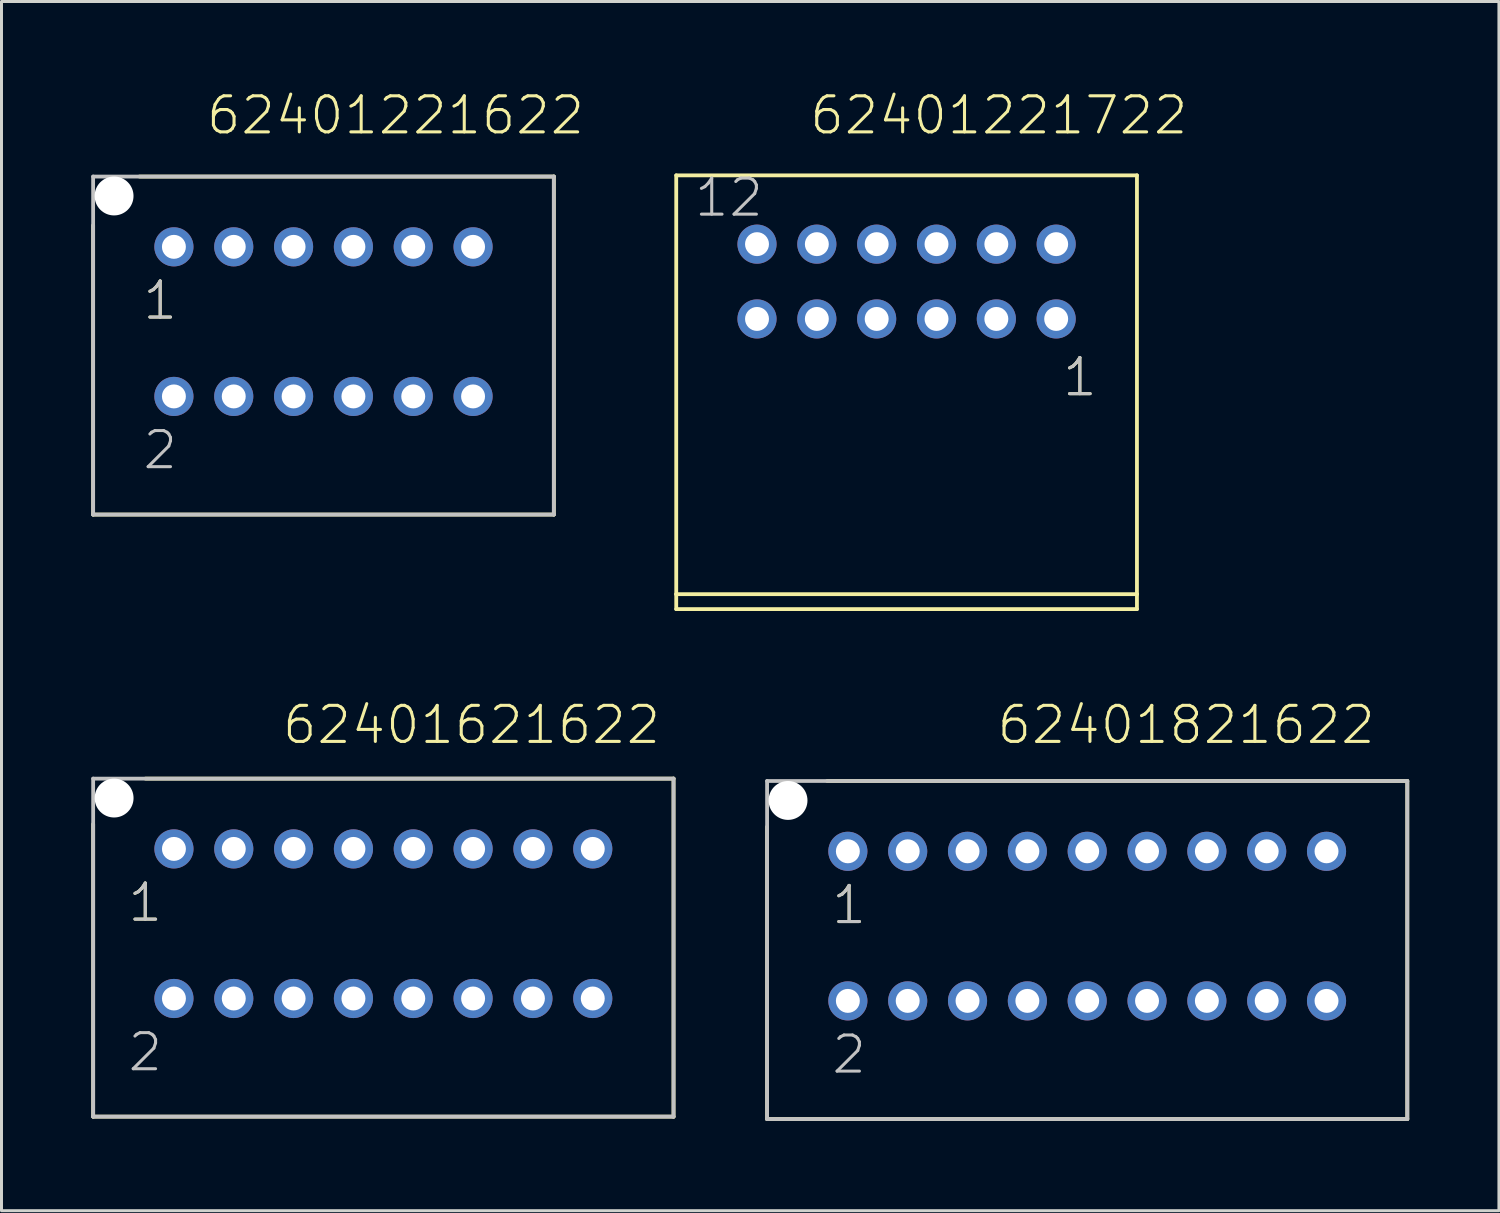
<source format=kicad_pcb>
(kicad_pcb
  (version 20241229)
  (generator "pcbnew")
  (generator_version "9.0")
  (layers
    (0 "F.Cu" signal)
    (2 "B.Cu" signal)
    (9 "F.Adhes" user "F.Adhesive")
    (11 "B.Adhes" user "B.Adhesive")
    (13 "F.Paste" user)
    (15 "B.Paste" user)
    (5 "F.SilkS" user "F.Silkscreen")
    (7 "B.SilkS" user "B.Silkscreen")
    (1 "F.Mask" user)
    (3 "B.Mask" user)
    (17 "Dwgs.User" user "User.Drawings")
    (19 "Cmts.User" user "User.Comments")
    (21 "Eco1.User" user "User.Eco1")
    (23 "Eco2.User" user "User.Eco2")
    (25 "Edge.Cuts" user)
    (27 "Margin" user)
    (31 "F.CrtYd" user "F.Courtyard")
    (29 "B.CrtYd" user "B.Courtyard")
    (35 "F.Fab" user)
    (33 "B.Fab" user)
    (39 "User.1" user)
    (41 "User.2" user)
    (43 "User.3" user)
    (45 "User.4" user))
  (footprint "62401621622"
    (layer "F.Cu")
    (at 9.764 27.826)
    (property "Reference" "62401621622" (at -3.436 -5.94 0) (layer "F.SilkS") (effects (font (size 1.206 1.206) (thickness 0.102)) (justify left bottom)))
    (attr through_hole)
    (fp_line (start -9.7 6.45) (end -9.7 -3.33) (stroke (width 0.127) (type solid)) (layer "F.SilkS"))
    (fp_line (start -7.95 -4.85) (end 9.7 -4.85) (stroke (width 0.127) (type solid)) (layer "F.SilkS"))
    (fp_line (start 9.7 -4.85) (end 9.7 6.45) (stroke (width 0.127) (type solid)) (layer "F.SilkS"))
    (fp_line (start 9.7 6.45) (end -9.7 6.45) (stroke (width 0.127) (type solid)) (layer "F.SilkS"))
    (fp_line (start -9.7 -4.85) (end 9.7 -4.85) (stroke (width 0.127) (type solid)) (layer "Dwgs.User"))
    (fp_line (start -9.7 6.45) (end -9.7 -4.85) (stroke (width 0.127) (type solid)) (layer "Dwgs.User"))
    (fp_line (start 9.7 -4.85) (end 9.7 6.45) (stroke (width 0.127) (type solid)) (layer "Dwgs.User"))
    (fp_line (start 9.7 6.45) (end -9.7 6.45) (stroke (width 0.127) (type solid)) (layer "Dwgs.User"))
    (fp_text user "1" (at -8.6 0 0) (layer "F.SilkS") (effects (font (size 1.206 1.206) (thickness 0.102)) (justify left bottom)))
    (fp_text user "2" (at -8.6 5 0) (layer "Dwgs.User") (effects (font (size 1.206 1.206) (thickness 0.102)) (justify left bottom)))
    (fp_text user "1" (at -8.6 0 0) (layer "Dwgs.User") (effects (font (size 1.206 1.206) (thickness 0.102)) (justify left bottom)))
    (pad "" np_thru_hole circle (at -9 -4.2) (size 1.3 1.3) (drill 1.3) (layers "*.Cu"))
    (pad "1" thru_hole circle (at -7 -2.5) (size 1.308 1.308) (drill 0.8) (layers "*.Cu" "*.Mask"))
    (pad "2" thru_hole circle (at -7 2.5) (size 1.308 1.308) (drill 0.8) (layers "*.Cu" "*.Mask"))
    (pad "3" thru_hole circle (at -5 -2.5) (size 1.308 1.308) (drill 0.8) (layers "*.Cu" "*.Mask"))
    (pad "4" thru_hole circle (at -5 2.5) (size 1.308 1.308) (drill 0.8) (layers "*.Cu" "*.Mask"))
    (pad "5" thru_hole circle (at -3 -2.5) (size 1.308 1.308) (drill 0.8) (layers "*.Cu" "*.Mask"))
    (pad "6" thru_hole circle (at -3 2.5) (size 1.308 1.308) (drill 0.8) (layers "*.Cu" "*.Mask"))
    (pad "7" thru_hole circle (at -1 -2.5) (size 1.308 1.308) (drill 0.8) (layers "*.Cu" "*.Mask"))
    (pad "8" thru_hole circle (at -1 2.5) (size 1.308 1.308) (drill 0.8) (layers "*.Cu" "*.Mask"))
    (pad "9" thru_hole circle (at 1 -2.5) (size 1.308 1.308) (drill 0.8) (layers "*.Cu" "*.Mask"))
    (pad "10" thru_hole circle (at 1 2.5) (size 1.308 1.308) (drill 0.8) (layers "*.Cu" "*.Mask"))
    (pad "11" thru_hole circle (at 3 -2.5) (size 1.308 1.308) (drill 0.8) (layers "*.Cu" "*.Mask"))
    (pad "12" thru_hole circle (at 3 2.5) (size 1.308 1.308) (drill 0.8) (layers "*.Cu" "*.Mask"))
    (pad "13" thru_hole circle (at 5 -2.5) (size 1.308 1.308) (drill 0.8) (layers "*.Cu" "*.Mask"))
    (pad "14" thru_hole circle (at 5 2.5) (size 1.308 1.308) (drill 0.8) (layers "*.Cu" "*.Mask"))
    (pad "15" thru_hole circle (at 7 -2.5) (size 1.308 1.308) (drill 0.8) (layers "*.Cu" "*.Mask"))
    (pad "16" thru_hole circle (at 7 2.5) (size 1.308 1.308) (drill 0.8) (layers "*.Cu" "*.Mask")))
  (footprint "62401821622"
    (layer "F.Cu")
    (at 33.291 27.906)
    (property "Reference" "62401821622" (at -3.076 -6.02 0) (layer "F.SilkS") (effects (font (size 1.206 1.206) (thickness 0.102)) (justify left bottom)))
    (attr through_hole)
    (fp_line (start -10.7 6.45) (end -10.7 -3.32) (stroke (width 0.127) (type solid)) (layer "F.SilkS"))
    (fp_line (start -8.69 -4.85) (end 10.7 -4.85) (stroke (width 0.127) (type solid)) (layer "F.SilkS"))
    (fp_line (start 10.7 -4.85) (end 10.7 6.45) (stroke (width 0.127) (type solid)) (layer "F.SilkS"))
    (fp_line (start 10.7 6.45) (end -10.7 6.45) (stroke (width 0.127) (type solid)) (layer "F.SilkS"))
    (fp_line (start -10.7 -4.85) (end 10.7 -4.85) (stroke (width 0.127) (type solid)) (layer "Dwgs.User"))
    (fp_line (start -10.7 6.45) (end -10.7 -4.85) (stroke (width 0.127) (type solid)) (layer "Dwgs.User"))
    (fp_line (start 10.7 -4.85) (end 10.7 6.45) (stroke (width 0.127) (type solid)) (layer "Dwgs.User"))
    (fp_line (start 10.7 6.45) (end -10.7 6.45) (stroke (width 0.127) (type solid)) (layer "Dwgs.User"))
    (fp_text user "1" (at -8.6 0 0) (layer "F.SilkS") (effects (font (size 1.206 1.206) (thickness 0.102)) (justify left bottom)))
    (fp_text user "2" (at -8.6 5 0) (layer "Dwgs.User") (effects (font (size 1.206 1.206) (thickness 0.102)) (justify left bottom)))
    (fp_text user "1" (at -8.6 0 0) (layer "Dwgs.User") (effects (font (size 1.206 1.206) (thickness 0.102)) (justify left bottom)))
    (pad "" np_thru_hole circle (at -10 -4.2) (size 1.3 1.3) (drill 1.3) (layers "*.Cu"))
    (pad "1" thru_hole circle (at -8 -2.5) (size 1.308 1.308) (drill 0.8) (layers "*.Cu" "*.Mask"))
    (pad "2" thru_hole circle (at -8 2.5) (size 1.308 1.308) (drill 0.8) (layers "*.Cu" "*.Mask"))
    (pad "3" thru_hole circle (at -6 -2.5) (size 1.308 1.308) (drill 0.8) (layers "*.Cu" "*.Mask"))
    (pad "4" thru_hole circle (at -6 2.5) (size 1.308 1.308) (drill 0.8) (layers "*.Cu" "*.Mask"))
    (pad "5" thru_hole circle (at -4 -2.5) (size 1.308 1.308) (drill 0.8) (layers "*.Cu" "*.Mask"))
    (pad "6" thru_hole circle (at -4 2.5) (size 1.308 1.308) (drill 0.8) (layers "*.Cu" "*.Mask"))
    (pad "7" thru_hole circle (at -2 -2.5) (size 1.308 1.308) (drill 0.8) (layers "*.Cu" "*.Mask"))
    (pad "8" thru_hole circle (at -2 2.5) (size 1.308 1.308) (drill 0.8) (layers "*.Cu" "*.Mask"))
    (pad "9" thru_hole circle (at 0 -2.5) (size 1.308 1.308) (drill 0.8) (layers "*.Cu" "*.Mask"))
    (pad "10" thru_hole circle (at 0 2.5) (size 1.308 1.308) (drill 0.8) (layers "*.Cu" "*.Mask"))
    (pad "11" thru_hole circle (at 2 -2.5) (size 1.308 1.308) (drill 0.8) (layers "*.Cu" "*.Mask"))
    (pad "12" thru_hole circle (at 2 2.5) (size 1.308 1.308) (drill 0.8) (layers "*.Cu" "*.Mask"))
    (pad "13" thru_hole circle (at 4 -2.5) (size 1.308 1.308) (drill 0.8) (layers "*.Cu" "*.Mask"))
    (pad "14" thru_hole circle (at 4 2.5) (size 1.308 1.308) (drill 0.8) (layers "*.Cu" "*.Mask"))
    (pad "15" thru_hole circle (at 6 -2.5) (size 1.308 1.308) (drill 0.8) (layers "*.Cu" "*.Mask"))
    (pad "16" thru_hole circle (at 6 2.5) (size 1.308 1.308) (drill 0.8) (layers "*.Cu" "*.Mask"))
    (pad "17" thru_hole circle (at 8 -2.5) (size 1.308 1.308) (drill 0.8) (layers "*.Cu" "*.Mask"))
    (pad "18" thru_hole circle (at 8 2.5) (size 1.308 1.308) (drill 0.8) (layers "*.Cu" "*.Mask")))
  (footprint "62401221722"
    (layer "F.Cu")
    (at 27.254 6.361)
    (property "Reference" "62401221722" (at -3.3 -4.85 0) (layer "F.SilkS") (effects (font (size 1.206 1.206) (thickness 0.102)) (justify left bottom)))
    (attr through_hole)
    (fp_line (start -7.7 -3.55) (end -7.7 10.45) (stroke (width 0.127) (type solid)) (layer "F.SilkS"))
    (fp_line (start -7.7 10.45) (end -7.7 10.95) (stroke (width 0.127) (type solid)) (layer "F.SilkS"))
    (fp_line (start -7.7 10.45) (end 7.7 10.45) (stroke (width 0.127) (type solid)) (layer "F.SilkS"))
    (fp_line (start -7.7 10.95) (end 7.7 10.95) (stroke (width 0.127) (type solid)) (layer "F.SilkS"))
    (fp_line (start 7.7 -3.55) (end -7.7 -3.55) (stroke (width 0.127) (type solid)) (layer "F.SilkS"))
    (fp_line (start 7.7 10.45) (end 7.7 -3.55) (stroke (width 0.127) (type solid)) (layer "F.SilkS"))
    (fp_line (start 7.7 10.95) (end 7.7 10.45) (stroke (width 0.127) (type solid)) (layer "F.SilkS"))
    (fp_text user "1" (at 5.15 3.9 0) (layer "F.SilkS") (effects (font (size 1.206 1.206) (thickness 0.102)) (justify left bottom)))
    (fp_text user "12" (at -7.155 -2.1 0) (layer "Dwgs.User") (effects (font (size 1.206 1.206) (thickness 0.102)) (justify left bottom)))
    (fp_text user "1" (at 5.15 3.9 0) (layer "Dwgs.User") (effects (font (size 1.206 1.206) (thickness 0.102)) (justify left bottom)))
    (pad "1" thru_hole circle (at 5 1.25 180) (size 1.308 1.308) (drill 0.8) (layers "*.Cu" "*.Mask"))
    (pad "2" thru_hole circle (at 5 -1.25 180) (size 1.308 1.308) (drill 0.8) (layers "*.Cu" "*.Mask"))
    (pad "3" thru_hole circle (at 3 1.25 180) (size 1.308 1.308) (drill 0.8) (layers "*.Cu" "*.Mask"))
    (pad "4" thru_hole circle (at 3 -1.25 180) (size 1.308 1.308) (drill 0.8) (layers "*.Cu" "*.Mask"))
    (pad "5" thru_hole circle (at 1 1.25 180) (size 1.308 1.308) (drill 0.8) (layers "*.Cu" "*.Mask"))
    (pad "6" thru_hole circle (at 1 -1.25 180) (size 1.308 1.308) (drill 0.8) (layers "*.Cu" "*.Mask"))
    (pad "7" thru_hole circle (at -1 1.25 180) (size 1.308 1.308) (drill 0.8) (layers "*.Cu" "*.Mask"))
    (pad "8" thru_hole circle (at -1 -1.25 180) (size 1.308 1.308) (drill 0.8) (layers "*.Cu" "*.Mask"))
    (pad "9" thru_hole circle (at -3 1.25 180) (size 1.308 1.308) (drill 0.8) (layers "*.Cu" "*.Mask"))
    (pad "10" thru_hole circle (at -3 -1.25 180) (size 1.308 1.308) (drill 0.8) (layers "*.Cu" "*.Mask"))
    (pad "11" thru_hole circle (at -5 1.25 180) (size 1.308 1.308) (drill 0.8) (layers "*.Cu" "*.Mask"))
    (pad "12" thru_hole circle (at -5 -1.25 180) (size 1.308 1.308) (drill 0.8) (layers "*.Cu" "*.Mask")))
  (footprint "62401221622"
    (layer "F.Cu")
    (at 7.763 7.701)
    (property "Reference" "62401221622" (at -3.976 -6.19 0) (layer "F.SilkS") (effects (font (size 1.206 1.206) (thickness 0.102)) (justify left bottom)))
    (attr through_hole)
    (fp_line (start -7.7 6.45) (end -7.7 -3.22) (stroke (width 0.127) (type solid)) (layer "F.SilkS"))
    (fp_line (start -6.15 -4.85) (end 7.7 -4.85) (stroke (width 0.127) (type solid)) (layer "F.SilkS"))
    (fp_line (start 7.7 -4.85) (end 7.7 6.45) (stroke (width 0.127) (type solid)) (layer "F.SilkS"))
    (fp_line (start 7.7 6.45) (end -7.7 6.45) (stroke (width 0.127) (type solid)) (layer "F.SilkS"))
    (fp_line (start -7.7 -4.85) (end 7.7 -4.85) (stroke (width 0.127) (type solid)) (layer "Dwgs.User"))
    (fp_line (start -7.7 6.45) (end -7.7 -4.85) (stroke (width 0.127) (type solid)) (layer "Dwgs.User"))
    (fp_line (start 7.7 -4.85) (end 7.7 6.45) (stroke (width 0.127) (type solid)) (layer "Dwgs.User"))
    (fp_line (start 7.7 6.45) (end -7.7 6.45) (stroke (width 0.127) (type solid)) (layer "Dwgs.User"))
    (fp_text user "1" (at -6.1 0 0) (layer "F.SilkS") (effects (font (size 1.206 1.206) (thickness 0.102)) (justify left bottom)))
    (fp_text user "2" (at -6.1 5 0) (layer "Dwgs.User") (effects (font (size 1.206 1.206) (thickness 0.102)) (justify left bottom)))
    (fp_text user "1" (at -6.1 0 0) (layer "Dwgs.User") (effects (font (size 1.206 1.206) (thickness 0.102)) (justify left bottom)))
    (pad "" np_thru_hole circle (at -7 -4.2) (size 1.3 1.3) (drill 1.3) (layers "*.Cu"))
    (pad "1" thru_hole circle (at -5 -2.5) (size 1.308 1.308) (drill 0.8) (layers "*.Cu" "*.Mask"))
    (pad "2" thru_hole circle (at -5 2.5) (size 1.308 1.308) (drill 0.8) (layers "*.Cu" "*.Mask"))
    (pad "3" thru_hole circle (at -3 -2.5) (size 1.308 1.308) (drill 0.8) (layers "*.Cu" "*.Mask"))
    (pad "4" thru_hole circle (at -3 2.5) (size 1.308 1.308) (drill 0.8) (layers "*.Cu" "*.Mask"))
    (pad "5" thru_hole circle (at -1 -2.5) (size 1.308 1.308) (drill 0.8) (layers "*.Cu" "*.Mask"))
    (pad "6" thru_hole circle (at -1 2.5) (size 1.308 1.308) (drill 0.8) (layers "*.Cu" "*.Mask"))
    (pad "7" thru_hole circle (at 1 -2.5) (size 1.308 1.308) (drill 0.8) (layers "*.Cu" "*.Mask"))
    (pad "8" thru_hole circle (at 1 2.5) (size 1.308 1.308) (drill 0.8) (layers "*.Cu" "*.Mask"))
    (pad "9" thru_hole circle (at 3 -2.5) (size 1.308 1.308) (drill 0.8) (layers "*.Cu" "*.Mask"))
    (pad "10" thru_hole circle (at 3 2.5) (size 1.308 1.308) (drill 0.8) (layers "*.Cu" "*.Mask"))
    (pad "11" thru_hole circle (at 5 -2.5) (size 1.308 1.308) (drill 0.8) (layers "*.Cu" "*.Mask"))
    (pad "12" thru_hole circle (at 5 2.5) (size 1.308 1.308) (drill 0.8) (layers "*.Cu" "*.Mask")))
  (gr_rect
    (start -3 -3)
    (end 47.054 37.42)
    (stroke (width 0.1) (type default))
    (fill no)
    (layer "Edge.Cuts")))
</source>
